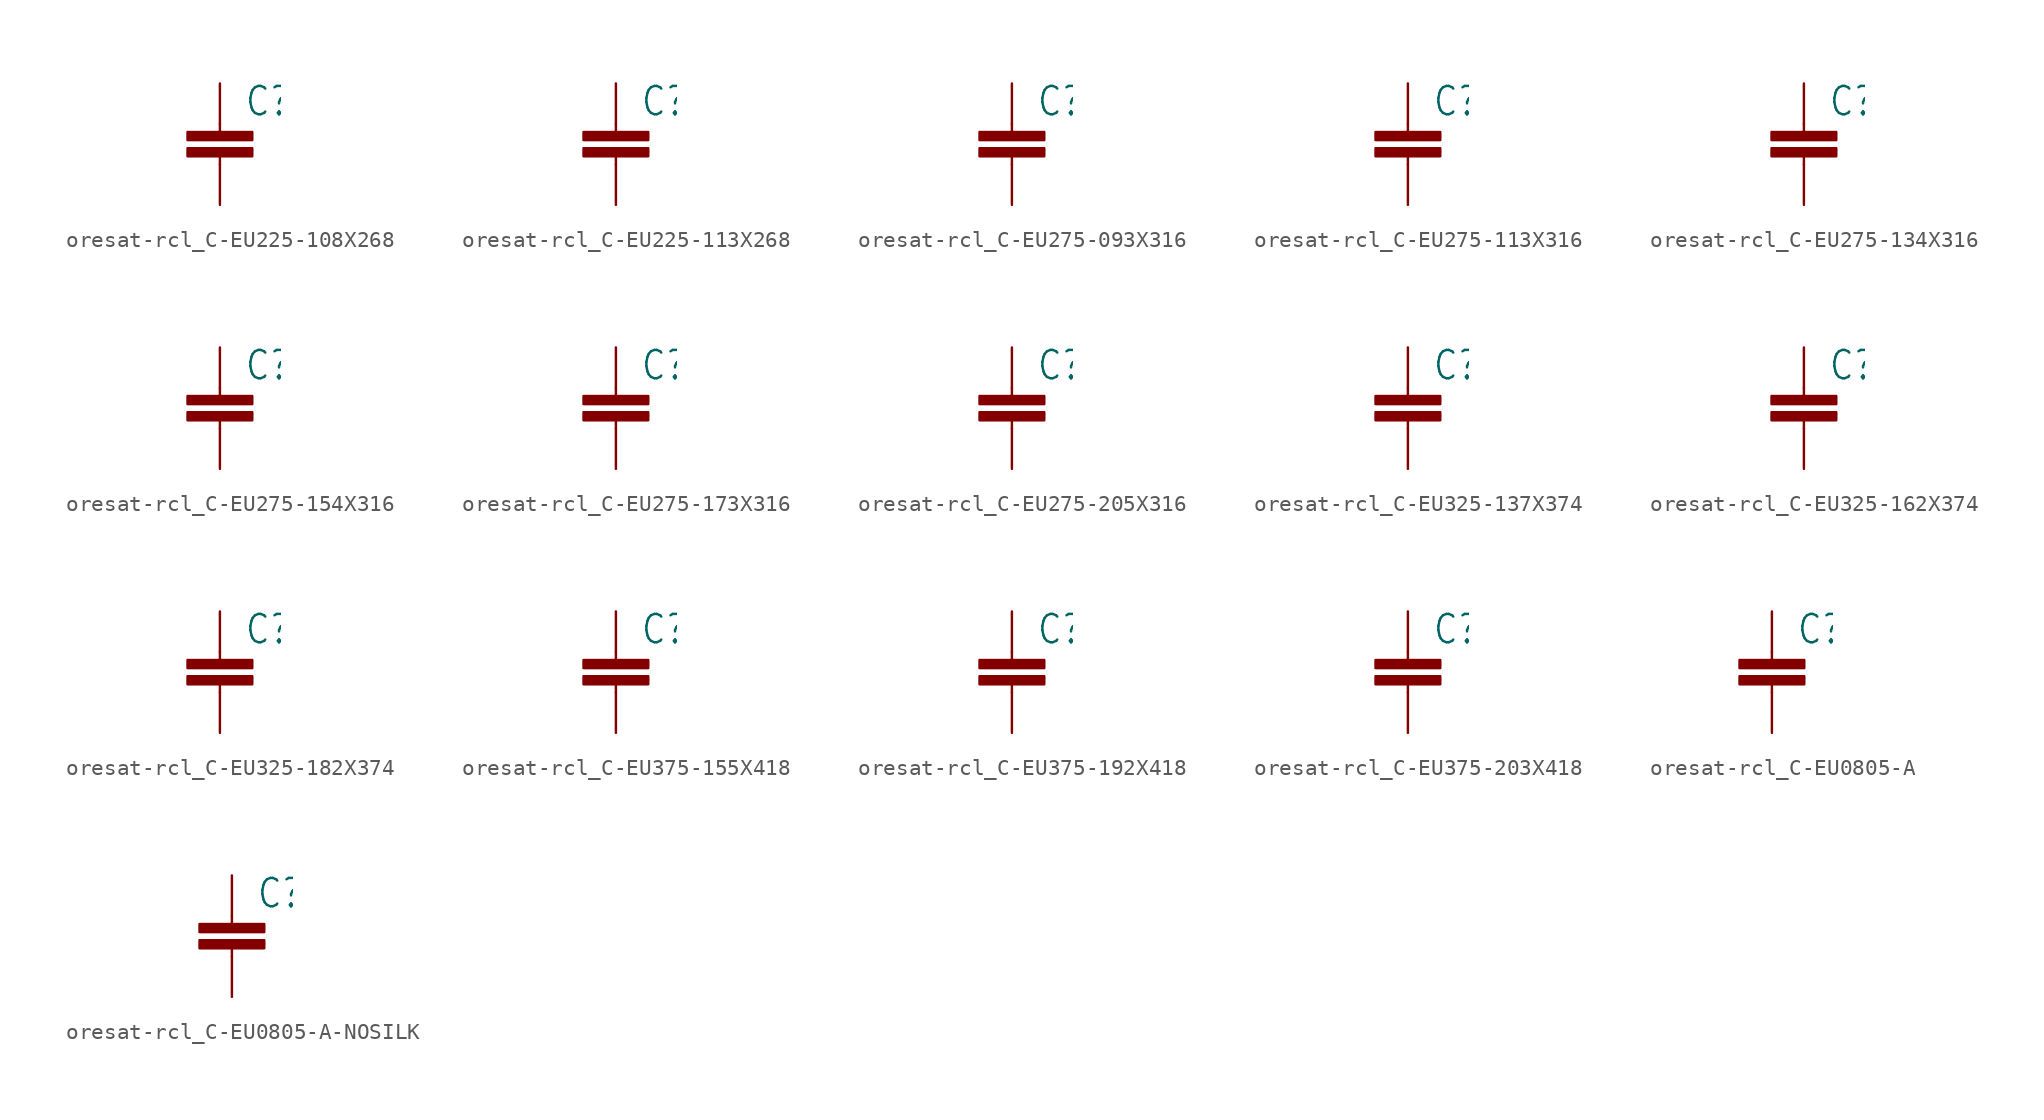
<source format=kicad_sym>
(kicad_symbol_lib
  (version 20220914)
  (generator kicad_symbol_editor)
  (symbol "oresat-rcl_C-EU225-108X268"
    (property "Reference" "C"
      (at 1.524 0.381 0)
      (effects (font (size 1.778 1.511)) (justify left bottom)))
    (property "Value" ""
      (at 1.524 -4.699 0)
      (effects (font (size 1.778 1.511)) (justify left bottom)))
    (property "ki_locked" ""
      (at 0 0 0)
      (effects (font (size 1.27 1.27))))
    (symbol "oresat-rcl_C-EU225-108X268_1_0"
      (rectangle (start -2.032 -2.032) (end 2.032 -1.524) (stroke (width 0) (type default)) (fill (type outline)))
      (rectangle (start -2.032 -1.016) (end 2.032 -0.508) (stroke (width 0) (type default)) (fill (type outline)))
      (polyline (pts (xy 0 -2.54) (xy 0 -2.032)) (stroke (width 0.152) (type solid)) (fill (type none)))
      (polyline (pts (xy 0 0) (xy 0 -0.508)) (stroke (width 0.152) (type solid)) (fill (type none)))
      (pin passive line (at 0 2.54 270) (length 2.54) (name "1" (effects (font (size 0 0)))) (number "1" (effects (font (size 0 0)))))
      (pin passive line (at 0 -5.08 90) (length 2.54) (name "2" (effects (font (size 0 0)))) (number "2" (effects (font (size 0 0)))))))
  (symbol "oresat-rcl_C-EU225-113X268"
    (property "Reference" "C"
      (at 1.524 0.381 0)
      (effects (font (size 1.778 1.511)) (justify left bottom)))
    (property "Value" ""
      (at 1.524 -4.699 0)
      (effects (font (size 1.778 1.511)) (justify left bottom)))
    (property "ki_locked" ""
      (at 0 0 0)
      (effects (font (size 1.27 1.27))))
    (symbol "oresat-rcl_C-EU225-113X268_1_0"
      (rectangle (start -2.032 -2.032) (end 2.032 -1.524) (stroke (width 0) (type default)) (fill (type outline)))
      (rectangle (start -2.032 -1.016) (end 2.032 -0.508) (stroke (width 0) (type default)) (fill (type outline)))
      (polyline (pts (xy 0 -2.54) (xy 0 -2.032)) (stroke (width 0.152) (type solid)) (fill (type none)))
      (polyline (pts (xy 0 0) (xy 0 -0.508)) (stroke (width 0.152) (type solid)) (fill (type none)))
      (pin passive line (at 0 2.54 270) (length 2.54) (name "1" (effects (font (size 0 0)))) (number "1" (effects (font (size 0 0)))))
      (pin passive line (at 0 -5.08 90) (length 2.54) (name "2" (effects (font (size 0 0)))) (number "2" (effects (font (size 0 0)))))))
  (symbol "oresat-rcl_C-EU275-093X316"
    (property "Reference" "C"
      (at 1.524 0.381 0)
      (effects (font (size 1.778 1.511)) (justify left bottom)))
    (property "Value" ""
      (at 1.524 -4.699 0)
      (effects (font (size 1.778 1.511)) (justify left bottom)))
    (property "ki_locked" ""
      (at 0 0 0)
      (effects (font (size 1.27 1.27))))
    (symbol "oresat-rcl_C-EU275-093X316_1_0"
      (rectangle (start -2.032 -2.032) (end 2.032 -1.524) (stroke (width 0) (type default)) (fill (type outline)))
      (rectangle (start -2.032 -1.016) (end 2.032 -0.508) (stroke (width 0) (type default)) (fill (type outline)))
      (polyline (pts (xy 0 -2.54) (xy 0 -2.032)) (stroke (width 0.152) (type solid)) (fill (type none)))
      (polyline (pts (xy 0 0) (xy 0 -0.508)) (stroke (width 0.152) (type solid)) (fill (type none)))
      (pin passive line (at 0 2.54 270) (length 2.54) (name "1" (effects (font (size 0 0)))) (number "1" (effects (font (size 0 0)))))
      (pin passive line (at 0 -5.08 90) (length 2.54) (name "2" (effects (font (size 0 0)))) (number "2" (effects (font (size 0 0)))))))
  (symbol "oresat-rcl_C-EU275-113X316"
    (property "Reference" "C"
      (at 1.524 0.381 0)
      (effects (font (size 1.778 1.511)) (justify left bottom)))
    (property "Value" ""
      (at 1.524 -4.699 0)
      (effects (font (size 1.778 1.511)) (justify left bottom)))
    (property "ki_locked" ""
      (at 0 0 0)
      (effects (font (size 1.27 1.27))))
    (symbol "oresat-rcl_C-EU275-113X316_1_0"
      (rectangle (start -2.032 -2.032) (end 2.032 -1.524) (stroke (width 0) (type default)) (fill (type outline)))
      (rectangle (start -2.032 -1.016) (end 2.032 -0.508) (stroke (width 0) (type default)) (fill (type outline)))
      (polyline (pts (xy 0 -2.54) (xy 0 -2.032)) (stroke (width 0.152) (type solid)) (fill (type none)))
      (polyline (pts (xy 0 0) (xy 0 -0.508)) (stroke (width 0.152) (type solid)) (fill (type none)))
      (pin passive line (at 0 2.54 270) (length 2.54) (name "1" (effects (font (size 0 0)))) (number "1" (effects (font (size 0 0)))))
      (pin passive line (at 0 -5.08 90) (length 2.54) (name "2" (effects (font (size 0 0)))) (number "2" (effects (font (size 0 0)))))))
  (symbol "oresat-rcl_C-EU275-134X316"
    (property "Reference" "C"
      (at 1.524 0.381 0)
      (effects (font (size 1.778 1.511)) (justify left bottom)))
    (property "Value" ""
      (at 1.524 -4.699 0)
      (effects (font (size 1.778 1.511)) (justify left bottom)))
    (property "ki_locked" ""
      (at 0 0 0)
      (effects (font (size 1.27 1.27))))
    (symbol "oresat-rcl_C-EU275-134X316_1_0"
      (rectangle (start -2.032 -2.032) (end 2.032 -1.524) (stroke (width 0) (type default)) (fill (type outline)))
      (rectangle (start -2.032 -1.016) (end 2.032 -0.508) (stroke (width 0) (type default)) (fill (type outline)))
      (polyline (pts (xy 0 -2.54) (xy 0 -2.032)) (stroke (width 0.152) (type solid)) (fill (type none)))
      (polyline (pts (xy 0 0) (xy 0 -0.508)) (stroke (width 0.152) (type solid)) (fill (type none)))
      (pin passive line (at 0 2.54 270) (length 2.54) (name "1" (effects (font (size 0 0)))) (number "1" (effects (font (size 0 0)))))
      (pin passive line (at 0 -5.08 90) (length 2.54) (name "2" (effects (font (size 0 0)))) (number "2" (effects (font (size 0 0)))))))
  (symbol "oresat-rcl_C-EU275-154X316"
    (property "Reference" "C"
      (at 1.524 0.381 0)
      (effects (font (size 1.778 1.511)) (justify left bottom)))
    (property "Value" ""
      (at 1.524 -4.699 0)
      (effects (font (size 1.778 1.511)) (justify left bottom)))
    (property "ki_locked" ""
      (at 0 0 0)
      (effects (font (size 1.27 1.27))))
    (symbol "oresat-rcl_C-EU275-154X316_1_0"
      (rectangle (start -2.032 -2.032) (end 2.032 -1.524) (stroke (width 0) (type default)) (fill (type outline)))
      (rectangle (start -2.032 -1.016) (end 2.032 -0.508) (stroke (width 0) (type default)) (fill (type outline)))
      (polyline (pts (xy 0 -2.54) (xy 0 -2.032)) (stroke (width 0.152) (type solid)) (fill (type none)))
      (polyline (pts (xy 0 0) (xy 0 -0.508)) (stroke (width 0.152) (type solid)) (fill (type none)))
      (pin passive line (at 0 2.54 270) (length 2.54) (name "1" (effects (font (size 0 0)))) (number "1" (effects (font (size 0 0)))))
      (pin passive line (at 0 -5.08 90) (length 2.54) (name "2" (effects (font (size 0 0)))) (number "2" (effects (font (size 0 0)))))))
  (symbol "oresat-rcl_C-EU275-173X316"
    (property "Reference" "C"
      (at 1.524 0.381 0)
      (effects (font (size 1.778 1.511)) (justify left bottom)))
    (property "Value" ""
      (at 1.524 -4.699 0)
      (effects (font (size 1.778 1.511)) (justify left bottom)))
    (property "ki_locked" ""
      (at 0 0 0)
      (effects (font (size 1.27 1.27))))
    (symbol "oresat-rcl_C-EU275-173X316_1_0"
      (rectangle (start -2.032 -2.032) (end 2.032 -1.524) (stroke (width 0) (type default)) (fill (type outline)))
      (rectangle (start -2.032 -1.016) (end 2.032 -0.508) (stroke (width 0) (type default)) (fill (type outline)))
      (polyline (pts (xy 0 -2.54) (xy 0 -2.032)) (stroke (width 0.152) (type solid)) (fill (type none)))
      (polyline (pts (xy 0 0) (xy 0 -0.508)) (stroke (width 0.152) (type solid)) (fill (type none)))
      (pin passive line (at 0 2.54 270) (length 2.54) (name "1" (effects (font (size 0 0)))) (number "1" (effects (font (size 0 0)))))
      (pin passive line (at 0 -5.08 90) (length 2.54) (name "2" (effects (font (size 0 0)))) (number "2" (effects (font (size 0 0)))))))
  (symbol "oresat-rcl_C-EU275-205X316"
    (property "Reference" "C"
      (at 1.524 0.381 0)
      (effects (font (size 1.778 1.511)) (justify left bottom)))
    (property "Value" ""
      (at 1.524 -4.699 0)
      (effects (font (size 1.778 1.511)) (justify left bottom)))
    (property "ki_locked" ""
      (at 0 0 0)
      (effects (font (size 1.27 1.27))))
    (symbol "oresat-rcl_C-EU275-205X316_1_0"
      (rectangle (start -2.032 -2.032) (end 2.032 -1.524) (stroke (width 0) (type default)) (fill (type outline)))
      (rectangle (start -2.032 -1.016) (end 2.032 -0.508) (stroke (width 0) (type default)) (fill (type outline)))
      (polyline (pts (xy 0 -2.54) (xy 0 -2.032)) (stroke (width 0.152) (type solid)) (fill (type none)))
      (polyline (pts (xy 0 0) (xy 0 -0.508)) (stroke (width 0.152) (type solid)) (fill (type none)))
      (pin passive line (at 0 2.54 270) (length 2.54) (name "1" (effects (font (size 0 0)))) (number "1" (effects (font (size 0 0)))))
      (pin passive line (at 0 -5.08 90) (length 2.54) (name "2" (effects (font (size 0 0)))) (number "2" (effects (font (size 0 0)))))))
  (symbol "oresat-rcl_C-EU325-137X374"
    (property "Reference" "C"
      (at 1.524 0.381 0)
      (effects (font (size 1.778 1.511)) (justify left bottom)))
    (property "Value" ""
      (at 1.524 -4.699 0)
      (effects (font (size 1.778 1.511)) (justify left bottom)))
    (property "ki_locked" ""
      (at 0 0 0)
      (effects (font (size 1.27 1.27))))
    (symbol "oresat-rcl_C-EU325-137X374_1_0"
      (rectangle (start -2.032 -2.032) (end 2.032 -1.524) (stroke (width 0) (type default)) (fill (type outline)))
      (rectangle (start -2.032 -1.016) (end 2.032 -0.508) (stroke (width 0) (type default)) (fill (type outline)))
      (polyline (pts (xy 0 -2.54) (xy 0 -2.032)) (stroke (width 0.152) (type solid)) (fill (type none)))
      (polyline (pts (xy 0 0) (xy 0 -0.508)) (stroke (width 0.152) (type solid)) (fill (type none)))
      (pin passive line (at 0 2.54 270) (length 2.54) (name "1" (effects (font (size 0 0)))) (number "1" (effects (font (size 0 0)))))
      (pin passive line (at 0 -5.08 90) (length 2.54) (name "2" (effects (font (size 0 0)))) (number "2" (effects (font (size 0 0)))))))
  (symbol "oresat-rcl_C-EU325-162X374"
    (property "Reference" "C"
      (at 1.524 0.381 0)
      (effects (font (size 1.778 1.511)) (justify left bottom)))
    (property "Value" ""
      (at 1.524 -4.699 0)
      (effects (font (size 1.778 1.511)) (justify left bottom)))
    (property "ki_locked" ""
      (at 0 0 0)
      (effects (font (size 1.27 1.27))))
    (symbol "oresat-rcl_C-EU325-162X374_1_0"
      (rectangle (start -2.032 -2.032) (end 2.032 -1.524) (stroke (width 0) (type default)) (fill (type outline)))
      (rectangle (start -2.032 -1.016) (end 2.032 -0.508) (stroke (width 0) (type default)) (fill (type outline)))
      (polyline (pts (xy 0 -2.54) (xy 0 -2.032)) (stroke (width 0.152) (type solid)) (fill (type none)))
      (polyline (pts (xy 0 0) (xy 0 -0.508)) (stroke (width 0.152) (type solid)) (fill (type none)))
      (pin passive line (at 0 2.54 270) (length 2.54) (name "1" (effects (font (size 0 0)))) (number "1" (effects (font (size 0 0)))))
      (pin passive line (at 0 -5.08 90) (length 2.54) (name "2" (effects (font (size 0 0)))) (number "2" (effects (font (size 0 0)))))))
  (symbol "oresat-rcl_C-EU325-182X374"
    (property "Reference" "C"
      (at 1.524 0.381 0)
      (effects (font (size 1.778 1.511)) (justify left bottom)))
    (property "Value" ""
      (at 1.524 -4.699 0)
      (effects (font (size 1.778 1.511)) (justify left bottom)))
    (property "ki_locked" ""
      (at 0 0 0)
      (effects (font (size 1.27 1.27))))
    (symbol "oresat-rcl_C-EU325-182X374_1_0"
      (rectangle (start -2.032 -2.032) (end 2.032 -1.524) (stroke (width 0) (type default)) (fill (type outline)))
      (rectangle (start -2.032 -1.016) (end 2.032 -0.508) (stroke (width 0) (type default)) (fill (type outline)))
      (polyline (pts (xy 0 -2.54) (xy 0 -2.032)) (stroke (width 0.152) (type solid)) (fill (type none)))
      (polyline (pts (xy 0 0) (xy 0 -0.508)) (stroke (width 0.152) (type solid)) (fill (type none)))
      (pin passive line (at 0 2.54 270) (length 2.54) (name "1" (effects (font (size 0 0)))) (number "1" (effects (font (size 0 0)))))
      (pin passive line (at 0 -5.08 90) (length 2.54) (name "2" (effects (font (size 0 0)))) (number "2" (effects (font (size 0 0)))))))
  (symbol "oresat-rcl_C-EU375-155X418"
    (property "Reference" "C"
      (at 1.524 0.381 0)
      (effects (font (size 1.778 1.511)) (justify left bottom)))
    (property "Value" ""
      (at 1.524 -4.699 0)
      (effects (font (size 1.778 1.511)) (justify left bottom)))
    (property "ki_locked" ""
      (at 0 0 0)
      (effects (font (size 1.27 1.27))))
    (symbol "oresat-rcl_C-EU375-155X418_1_0"
      (rectangle (start -2.032 -2.032) (end 2.032 -1.524) (stroke (width 0) (type default)) (fill (type outline)))
      (rectangle (start -2.032 -1.016) (end 2.032 -0.508) (stroke (width 0) (type default)) (fill (type outline)))
      (polyline (pts (xy 0 -2.54) (xy 0 -2.032)) (stroke (width 0.152) (type solid)) (fill (type none)))
      (polyline (pts (xy 0 0) (xy 0 -0.508)) (stroke (width 0.152) (type solid)) (fill (type none)))
      (pin passive line (at 0 2.54 270) (length 2.54) (name "1" (effects (font (size 0 0)))) (number "1" (effects (font (size 0 0)))))
      (pin passive line (at 0 -5.08 90) (length 2.54) (name "2" (effects (font (size 0 0)))) (number "2" (effects (font (size 0 0)))))))
  (symbol "oresat-rcl_C-EU375-192X418"
    (property "Reference" "C"
      (at 1.524 0.381 0)
      (effects (font (size 1.778 1.511)) (justify left bottom)))
    (property "Value" ""
      (at 1.524 -4.699 0)
      (effects (font (size 1.778 1.511)) (justify left bottom)))
    (property "ki_locked" ""
      (at 0 0 0)
      (effects (font (size 1.27 1.27))))
    (symbol "oresat-rcl_C-EU375-192X418_1_0"
      (rectangle (start -2.032 -2.032) (end 2.032 -1.524) (stroke (width 0) (type default)) (fill (type outline)))
      (rectangle (start -2.032 -1.016) (end 2.032 -0.508) (stroke (width 0) (type default)) (fill (type outline)))
      (polyline (pts (xy 0 -2.54) (xy 0 -2.032)) (stroke (width 0.152) (type solid)) (fill (type none)))
      (polyline (pts (xy 0 0) (xy 0 -0.508)) (stroke (width 0.152) (type solid)) (fill (type none)))
      (pin passive line (at 0 2.54 270) (length 2.54) (name "1" (effects (font (size 0 0)))) (number "1" (effects (font (size 0 0)))))
      (pin passive line (at 0 -5.08 90) (length 2.54) (name "2" (effects (font (size 0 0)))) (number "2" (effects (font (size 0 0)))))))
  (symbol "oresat-rcl_C-EU375-203X418"
    (property "Reference" "C"
      (at 1.524 0.381 0)
      (effects (font (size 1.778 1.511)) (justify left bottom)))
    (property "Value" ""
      (at 1.524 -4.699 0)
      (effects (font (size 1.778 1.511)) (justify left bottom)))
    (property "ki_locked" ""
      (at 0 0 0)
      (effects (font (size 1.27 1.27))))
    (symbol "oresat-rcl_C-EU375-203X418_1_0"
      (rectangle (start -2.032 -2.032) (end 2.032 -1.524) (stroke (width 0) (type default)) (fill (type outline)))
      (rectangle (start -2.032 -1.016) (end 2.032 -0.508) (stroke (width 0) (type default)) (fill (type outline)))
      (polyline (pts (xy 0 -2.54) (xy 0 -2.032)) (stroke (width 0.152) (type solid)) (fill (type none)))
      (polyline (pts (xy 0 0) (xy 0 -0.508)) (stroke (width 0.152) (type solid)) (fill (type none)))
      (pin passive line (at 0 2.54 270) (length 2.54) (name "1" (effects (font (size 0 0)))) (number "1" (effects (font (size 0 0)))))
      (pin passive line (at 0 -5.08 90) (length 2.54) (name "2" (effects (font (size 0 0)))) (number "2" (effects (font (size 0 0)))))))
  (symbol "oresat-rcl_C-EU0805-A"
    (property "Reference" "C"
      (at 1.524 0.381 0)
      (effects (font (size 1.778 1.511)) (justify left bottom)))
    (property "Value" ""
      (at 1.524 -4.699 0)
      (effects (font (size 1.778 1.511)) (justify left bottom)))
    (property "ki_locked" ""
      (at 0 0 0)
      (effects (font (size 1.27 1.27))))
    (symbol "oresat-rcl_C-EU0805-A_1_0"
      (rectangle (start -2.032 -2.032) (end 2.032 -1.524) (stroke (width 0) (type default)) (fill (type outline)))
      (rectangle (start -2.032 -1.016) (end 2.032 -0.508) (stroke (width 0) (type default)) (fill (type outline)))
      (polyline (pts (xy 0 -2.54) (xy 0 -2.032)) (stroke (width 0.152) (type solid)) (fill (type none)))
      (polyline (pts (xy 0 0) (xy 0 -0.508)) (stroke (width 0.152) (type solid)) (fill (type none)))
      (pin passive line (at 0 2.54 270) (length 2.54) (name "1" (effects (font (size 0 0)))) (number "1" (effects (font (size 0 0)))))
      (pin passive line (at 0 -5.08 90) (length 2.54) (name "2" (effects (font (size 0 0)))) (number "2" (effects (font (size 0 0)))))))
  (symbol "oresat-rcl_C-EU0805-A-NOSILK"
    (property "Reference" "C"
      (at 1.524 0.381 0)
      (effects (font (size 1.778 1.511)) (justify left bottom)))
    (property "Value" ""
      (at 1.524 -4.699 0)
      (effects (font (size 1.778 1.511)) (justify left bottom)))
    (property "ki_locked" ""
      (at 0 0 0)
      (effects (font (size 1.27 1.27))))
    (symbol "oresat-rcl_C-EU0805-A-NOSILK_1_0"
      (rectangle (start -2.032 -2.032) (end 2.032 -1.524) (stroke (width 0) (type default)) (fill (type outline)))
      (rectangle (start -2.032 -1.016) (end 2.032 -0.508) (stroke (width 0) (type default)) (fill (type outline)))
      (polyline (pts (xy 0 -2.54) (xy 0 -2.032)) (stroke (width 0.152) (type solid)) (fill (type none)))
      (polyline (pts (xy 0 0) (xy 0 -0.508)) (stroke (width 0.152) (type solid)) (fill (type none)))
      (pin passive line (at 0 2.54 270) (length 2.54) (name "1" (effects (font (size 0 0)))) (number "1" (effects (font (size 0 0)))))
      (pin passive line (at 0 -5.08 90) (length 2.54) (name "2" (effects (font (size 0 0)))) (number "2" (effects (font (size 0 0))))))))
</source>
